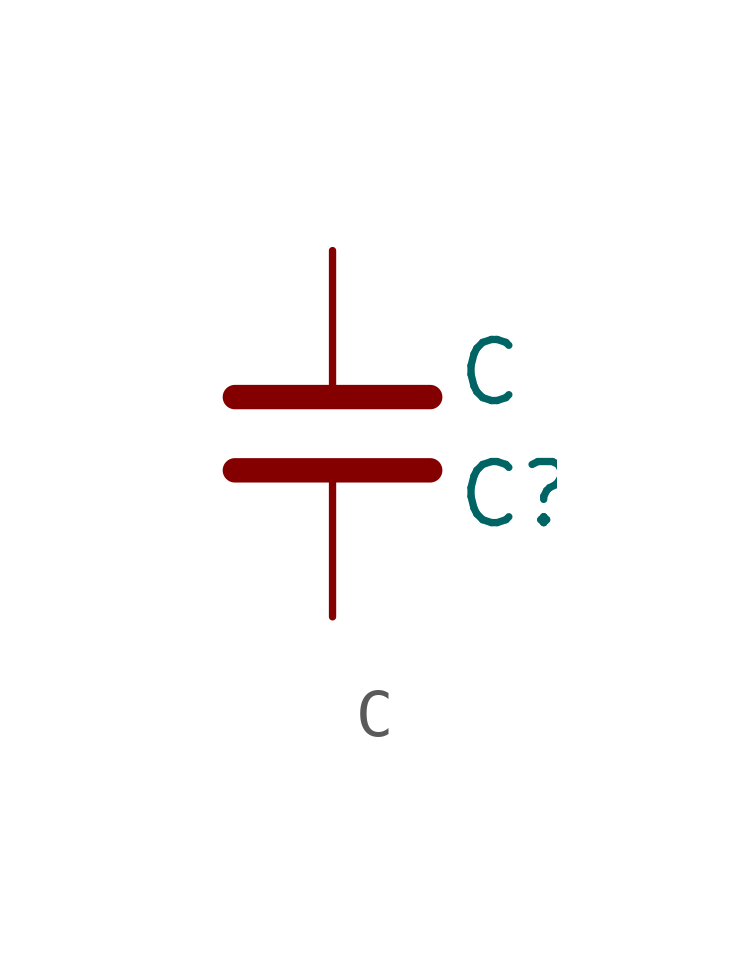
<source format=kicad_sym>
(kicad_symbol_lib
  (version 20211014)
  (generator kicad_symbol_editor)
  (symbol "C"
    (pin_numbers hide)
    (pin_names
      (offset 1.016))
    (property "Reference" "C"
      (at 2.54 -1.27 0)
      (effects (font (size 1.27 1.27)) (justify left)))
    (property "Value" "C"
      (at 2.54 1.27 0)
      (effects (font (size 1.27 1.27)) (justify left)))
    (symbol "C_1_1"
      (polyline (pts (xy -2.032 -0.762) (xy 2.032 -0.762)) (stroke (width 0.508) (type default) (color 0 0 0 0)) (fill (type none)))
      (polyline (pts (xy -2.032 0.762) (xy 2.032 0.762)) (stroke (width 0.508) (type default) (color 0 0 0 0)) (fill (type none)))
      (pin passive line (at 0 3.81 270) (length 2.794) (name "~" (effects (font (size 1.016 1.016)))) (number "1" (effects (font (size 1.016 1.016)))))
      (pin passive line (at 0 -3.81 90) (length 2.794) (name "~" (effects (font (size 1.016 1.016)))) (number "2" (effects (font (size 1.016 1.016))))))))
</source>
